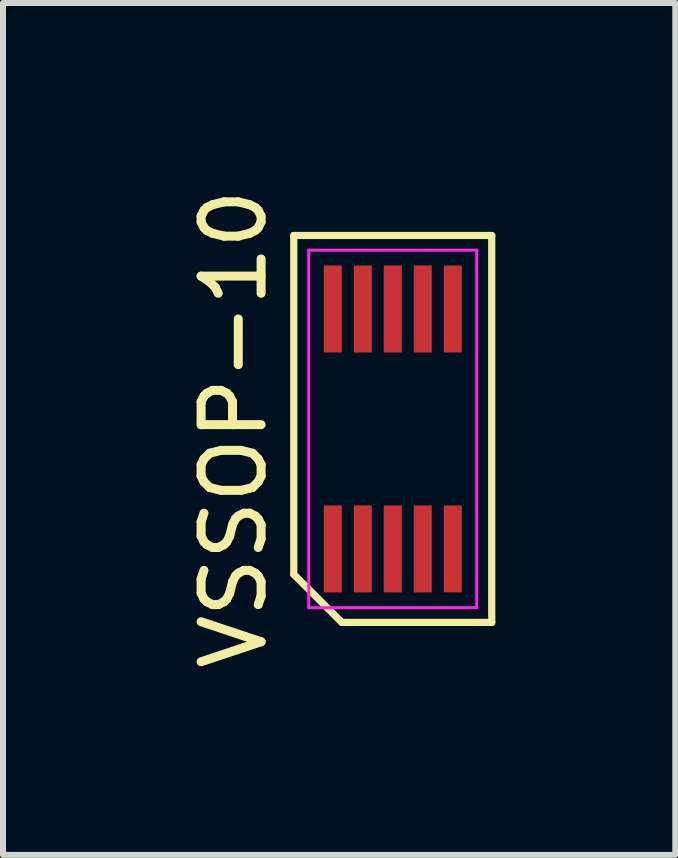
<source format=kicad_pcb>
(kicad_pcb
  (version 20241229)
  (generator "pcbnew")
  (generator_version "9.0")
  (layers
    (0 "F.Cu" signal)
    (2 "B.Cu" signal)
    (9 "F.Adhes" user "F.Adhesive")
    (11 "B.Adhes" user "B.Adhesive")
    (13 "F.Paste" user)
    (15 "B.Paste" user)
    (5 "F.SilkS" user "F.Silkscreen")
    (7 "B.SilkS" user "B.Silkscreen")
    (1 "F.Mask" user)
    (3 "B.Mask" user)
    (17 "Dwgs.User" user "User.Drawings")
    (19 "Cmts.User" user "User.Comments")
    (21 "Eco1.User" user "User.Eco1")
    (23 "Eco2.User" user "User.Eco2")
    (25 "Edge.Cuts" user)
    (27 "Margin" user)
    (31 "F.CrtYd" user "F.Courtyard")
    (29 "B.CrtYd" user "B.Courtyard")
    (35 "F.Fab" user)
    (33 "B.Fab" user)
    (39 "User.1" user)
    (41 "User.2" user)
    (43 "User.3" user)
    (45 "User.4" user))
  (footprint "VSSOP-10"
    (layer "F.Cu")
    (at 3.498 4.101)
    (property "Reference" "VSSOP-10" (at -2.65 0 90) (layer "F.SilkS") (effects (font (size 1 1) (thickness 0.15))))
    (attr smd)
    (fp_line (start -1.65 -3.225) (end 1.65 -3.225) (stroke (width 0.12) (type solid)) (layer "F.SilkS"))
    (fp_line (start -1.65 2.425) (end -1.65 -3.225) (stroke (width 0.12) (type solid)) (layer "F.SilkS"))
    (fp_line (start -0.85 3.225) (end -1.65 2.425) (stroke (width 0.12) (type solid)) (layer "F.SilkS"))
    (fp_line (start 1.65 -3.225) (end 1.65 3.225) (stroke (width 0.12) (type solid)) (layer "F.SilkS"))
    (fp_line (start 1.65 3.225) (end -0.85 3.225) (stroke (width 0.12) (type solid)) (layer "F.SilkS"))
    (fp_line (start -1.4 -2.98) (end 1.4 -2.98) (stroke (width 0.05) (type solid)) (layer "F.CrtYd"))
    (fp_line (start -1.4 2.98) (end -1.4 -2.98) (stroke (width 0.05) (type solid)) (layer "F.CrtYd"))
    (fp_line (start 1.4 -2.98) (end 1.4 2.98) (stroke (width 0.05) (type solid)) (layer "F.CrtYd"))
    (fp_line (start 1.4 2.98) (end -1.4 2.98) (stroke (width 0.05) (type solid)) (layer "F.CrtYd"))
    (pad "1" smd rect (at -1 2) (size 0.3 1.45) (layers "F.Cu" "F.Mask" "F.Paste"))
    (pad "2" smd rect (at -0.5 2) (size 0.3 1.45) (layers "F.Cu" "F.Mask" "F.Paste"))
    (pad "3" smd rect (at 0 2) (size 0.3 1.45) (layers "F.Cu" "F.Mask" "F.Paste"))
    (pad "4" smd rect (at 0.5 2) (size 0.3 1.45) (layers "F.Cu" "F.Mask" "F.Paste"))
    (pad "5" smd rect (at 1 2) (size 0.3 1.45) (layers "F.Cu" "F.Mask" "F.Paste"))
    (pad "6" smd rect (at 1 -2) (size 0.3 1.45) (layers "F.Cu" "F.Mask" "F.Paste"))
    (pad "7" smd rect (at 0.5 -2) (size 0.3 1.45) (layers "F.Cu" "F.Mask" "F.Paste"))
    (pad "8" smd rect (at 0 -2) (size 0.3 1.45) (layers "F.Cu" "F.Mask" "F.Paste"))
    (pad "9" smd rect (at -0.5 -2) (size 0.3 1.45) (layers "F.Cu" "F.Mask" "F.Paste"))
    (pad "10" smd rect (at -1 -2) (size 0.3 1.45) (layers "F.Cu" "F.Mask" "F.Paste")))
  (gr_rect
    (start -3 -3)
    (end 8.208 11.202)
    (stroke (width 0.1) (type default))
    (fill no)
    (layer "Edge.Cuts")))
</source>
